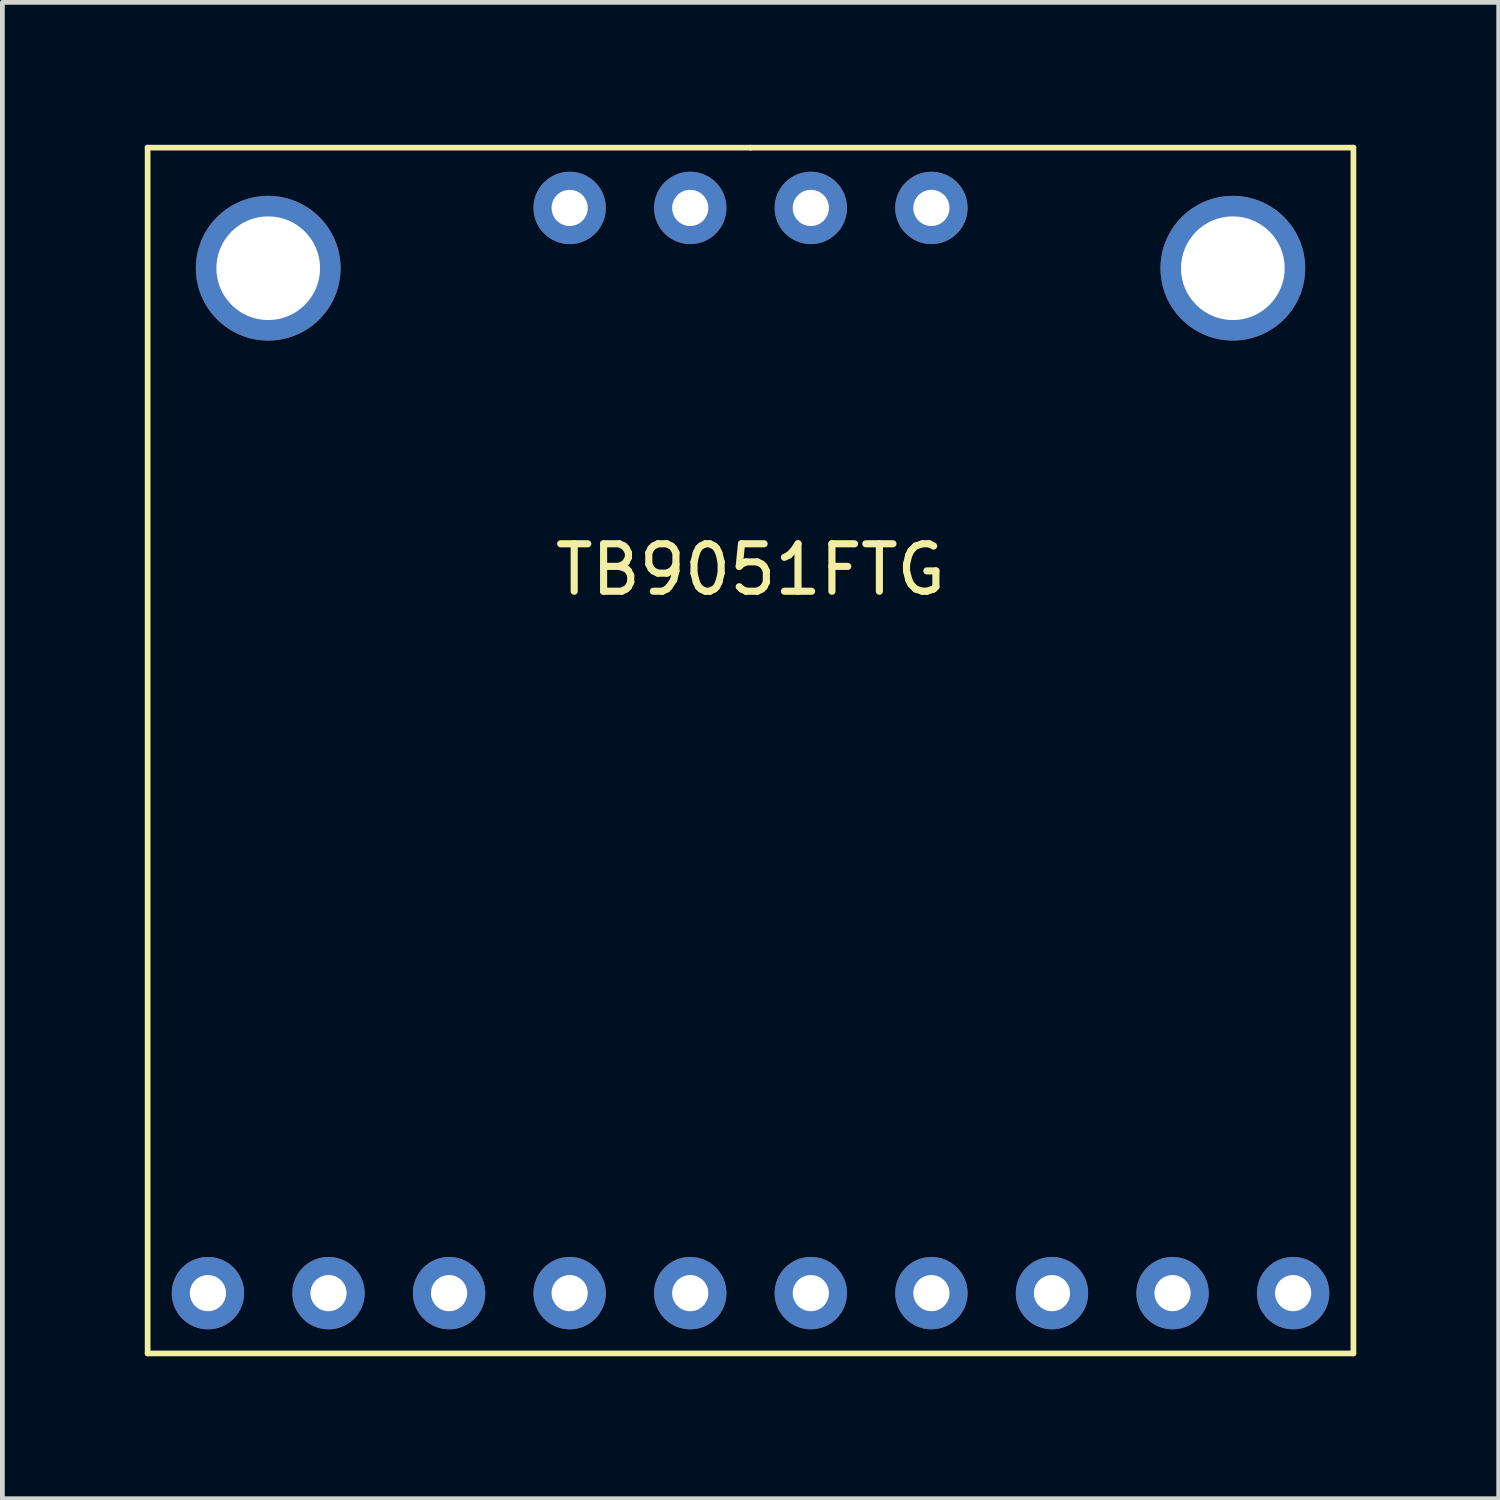
<source format=kicad_pcb>
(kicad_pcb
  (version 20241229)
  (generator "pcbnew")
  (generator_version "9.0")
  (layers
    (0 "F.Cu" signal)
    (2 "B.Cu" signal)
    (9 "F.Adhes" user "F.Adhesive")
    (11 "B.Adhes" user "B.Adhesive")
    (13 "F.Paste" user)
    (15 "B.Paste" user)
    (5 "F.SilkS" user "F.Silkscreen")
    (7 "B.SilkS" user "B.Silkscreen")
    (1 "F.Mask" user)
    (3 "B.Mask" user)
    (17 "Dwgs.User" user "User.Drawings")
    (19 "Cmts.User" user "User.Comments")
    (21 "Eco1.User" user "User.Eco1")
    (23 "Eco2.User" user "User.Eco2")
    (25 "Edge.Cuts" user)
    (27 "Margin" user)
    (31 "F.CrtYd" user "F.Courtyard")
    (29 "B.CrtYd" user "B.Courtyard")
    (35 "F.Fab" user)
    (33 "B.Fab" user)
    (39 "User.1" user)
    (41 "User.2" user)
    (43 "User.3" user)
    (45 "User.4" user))
  (footprint "TB9051FTG"
    (layer "F.Cu")
    (at 12.76 14.03)
    (property "Reference" "TB9051FTG" (at 0 -5.08 0) (layer "F.SilkS") (effects (font (size 1 1) (thickness 0.15))))
    (attr through_hole)
    (fp_line (start -12.7 11.43) (end -12.7 -13.97) (stroke (width 0.12) (type solid)) (layer "F.SilkS"))
    (fp_line (start 0 -13.97) (end -12.7 -13.97) (stroke (width 0.12) (type solid)) (layer "F.SilkS"))
    (fp_line (start 0 -13.97) (end 12.7 -13.97) (stroke (width 0.12) (type solid)) (layer "F.SilkS"))
    (fp_line (start 12.7 -13.97) (end 12.7 11.43) (stroke (width 0.12) (type solid)) (layer "F.SilkS"))
    (fp_line (start 12.7 11.43) (end -12.7 11.43) (stroke (width 0.12) (type solid)) (layer "F.SilkS"))
    (pad "1" thru_hole circle (at 3.81 -12.7) (size 1.524 1.524) (drill 0.762) (layers "*.Cu" "*.Mask"))
    (pad "2" thru_hole circle (at 1.27 -12.7) (size 1.524 1.524) (drill 0.762) (layers "*.Cu" "*.Mask"))
    (pad "3" thru_hole circle (at -1.27 -12.7) (size 1.524 1.524) (drill 0.762) (layers "*.Cu" "*.Mask"))
    (pad "4" thru_hole circle (at -3.81 -12.7) (size 1.524 1.524) (drill 0.762) (layers "*.Cu" "*.Mask"))
    (pad "5" thru_hole circle (at -11.43 10.16) (size 1.524 1.524) (drill 0.762) (layers "*.Cu" "*.Mask"))
    (pad "6" thru_hole circle (at -8.89 10.16) (size 1.524 1.524) (drill 0.762) (layers "*.Cu" "*.Mask"))
    (pad "7" thru_hole circle (at -6.35 10.16) (size 1.524 1.524) (drill 0.762) (layers "*.Cu" "*.Mask"))
    (pad "8" thru_hole circle (at -3.81 10.16) (size 1.524 1.524) (drill 0.762) (layers "*.Cu" "*.Mask"))
    (pad "9" thru_hole circle (at -1.27 10.16) (size 1.524 1.524) (drill 0.762) (layers "*.Cu" "*.Mask"))
    (pad "10" thru_hole circle (at 1.27 10.16) (size 1.524 1.524) (drill 0.762) (layers "*.Cu" "*.Mask"))
    (pad "11" thru_hole circle (at 3.81 10.16) (size 1.524 1.524) (drill 0.762) (layers "*.Cu" "*.Mask"))
    (pad "12" thru_hole circle (at 6.35 10.16) (size 1.524 1.524) (drill 0.762) (layers "*.Cu" "*.Mask"))
    (pad "13" thru_hole circle (at 8.89 10.16) (size 1.524 1.524) (drill 0.762) (layers "*.Cu" "*.Mask"))
    (pad "14" thru_hole circle (at 11.43 10.16) (size 1.524 1.524) (drill 0.762) (layers "*.Cu" "*.Mask"))
    (pad "15" thru_hole circle (at -10.16 -11.43) (size 3.048 3.048) (drill 2.184) (layers "*.Cu" "*.Mask"))
    (pad "15" thru_hole circle (at 10.16 -11.43) (size 3.048 3.048) (drill 2.184) (layers "*.Cu" "*.Mask")))
  (gr_rect
    (start -3 -3)
    (end 28.52 28.52)
    (stroke (width 0.1) (type default))
    (fill no)
    (layer "Edge.Cuts")))
</source>
